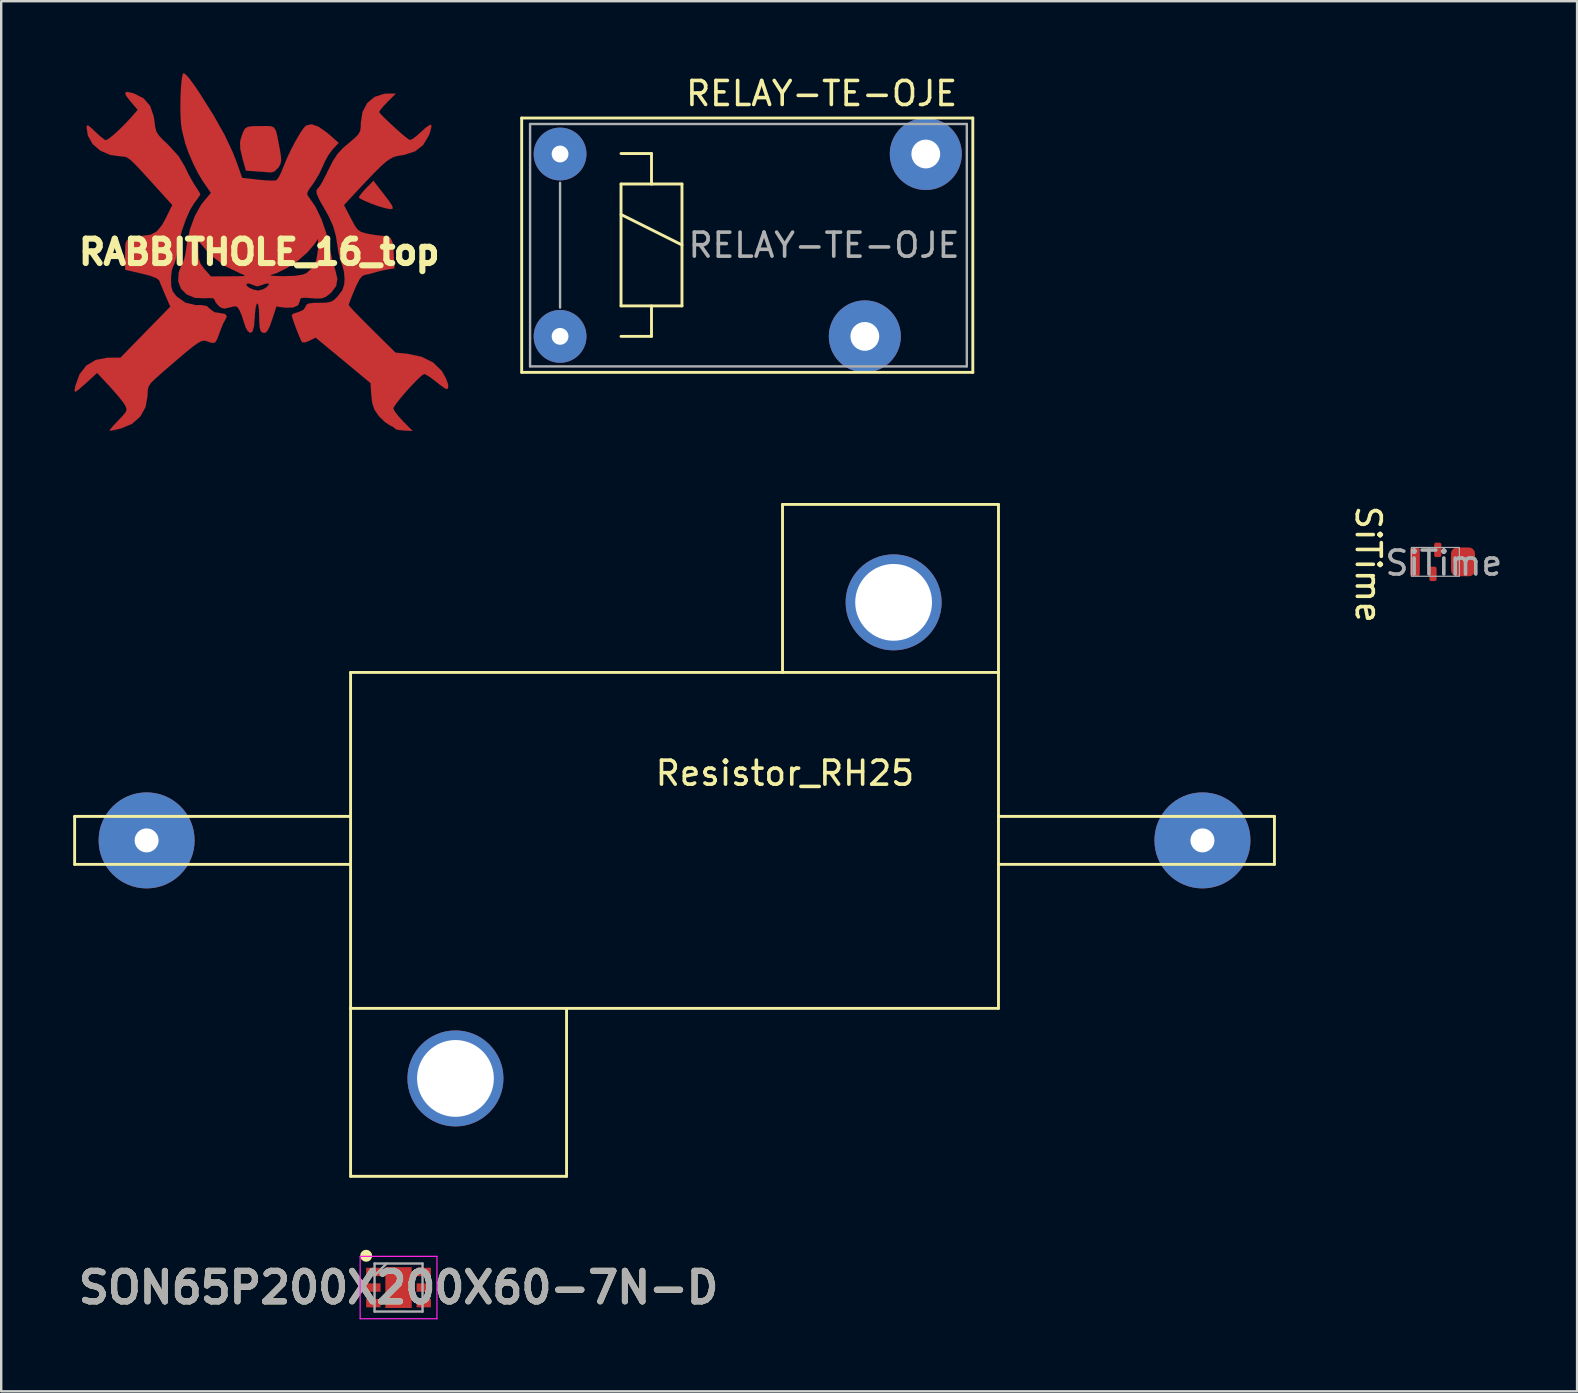
<source format=kicad_pcb>
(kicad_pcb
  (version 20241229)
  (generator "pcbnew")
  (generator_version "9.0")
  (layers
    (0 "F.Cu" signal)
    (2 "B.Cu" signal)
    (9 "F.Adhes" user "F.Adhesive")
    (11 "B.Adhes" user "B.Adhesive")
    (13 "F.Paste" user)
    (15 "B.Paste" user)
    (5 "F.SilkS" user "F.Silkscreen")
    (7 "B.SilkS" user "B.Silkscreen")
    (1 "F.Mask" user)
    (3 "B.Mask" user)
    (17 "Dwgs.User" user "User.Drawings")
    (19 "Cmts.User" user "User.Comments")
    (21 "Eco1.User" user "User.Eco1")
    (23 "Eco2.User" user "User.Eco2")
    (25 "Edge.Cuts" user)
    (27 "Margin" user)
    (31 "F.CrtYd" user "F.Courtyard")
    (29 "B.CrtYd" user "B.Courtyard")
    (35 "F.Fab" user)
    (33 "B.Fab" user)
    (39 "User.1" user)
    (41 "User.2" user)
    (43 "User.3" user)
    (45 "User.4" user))
  (footprint "SON65P200X200X60-7N-D"
    (layer "F.Cu")
    (at 13.559 50.607)
    (property "Reference" "SON65P200X200X60-7N-D" (at 0 0 0) (layer "F.SilkS") (effects (font (size 1.27 1.27) (thickness 0.254))))
    (attr smd)
    (fp_circle (center -1.35 -1.325) (end -1.35 -1.2) (stroke (width 0.25) (type solid)) (fill no) (layer "F.SilkS"))
    (fp_line (start -1.6 -1.3) (end 1.6 -1.3) (stroke (width 0.05) (type solid)) (layer "F.CrtYd"))
    (fp_line (start -1.6 1.3) (end -1.6 -1.3) (stroke (width 0.05) (type solid)) (layer "F.CrtYd"))
    (fp_line (start 1.6 -1.3) (end 1.6 1.3) (stroke (width 0.05) (type solid)) (layer "F.CrtYd"))
    (fp_line (start 1.6 1.3) (end -1.6 1.3) (stroke (width 0.05) (type solid)) (layer "F.CrtYd"))
    (fp_line (start -1 -1) (end 1 -1) (stroke (width 0.1) (type solid)) (layer "F.Fab"))
    (fp_line (start -1 -0.5) (end -0.5 -1) (stroke (width 0.1) (type solid)) (layer "F.Fab"))
    (fp_line (start -1 1) (end -1 -1) (stroke (width 0.1) (type solid)) (layer "F.Fab"))
    (fp_line (start 1 -1) (end 1 1) (stroke (width 0.1) (type solid)) (layer "F.Fab"))
    (fp_line (start 1 1) (end -1 1) (stroke (width 0.1) (type solid)) (layer "F.Fab"))
    (fp_text user "${REFERENCE}" (at 0 0 0) (layer "F.Fab") (effects (font (size 1.27 1.27) (thickness 0.254))))
    (pad "1" smd rect (at -1.05 -0.65 90) (size 0.35 0.6) (layers "F.Cu" "F.Mask" "F.Paste"))
    (pad "2" smd rect (at -1.05 0 90) (size 0.35 0.6) (layers "F.Cu" "F.Mask" "F.Paste"))
    (pad "3" smd rect (at -1.05 0.65 90) (size 0.35 0.6) (layers "F.Cu" "F.Mask" "F.Paste"))
    (pad "4" smd rect (at 1.05 0.65 90) (size 0.35 0.6) (layers "F.Cu" "F.Mask" "F.Paste"))
    (pad "5" smd rect (at 1.05 0 90) (size 0.35 0.6) (layers "F.Cu" "F.Mask" "F.Paste"))
    (pad "6" smd rect (at 1.05 -0.65 90) (size 0.35 0.6) (layers "F.Cu" "F.Mask" "F.Paste"))
    (pad "7" smd rect (at 0 0) (size 1.1 1.7) (layers "F.Cu" "F.Mask" "F.Paste")))
  (footprint "SiTime"
    (layer "F.Cu")
    (at 56.768 20.366)
    (property "Reference" "SiTime" (at -2.8 0.1 270) (unlocked yes) (layer "F.SilkS") (effects (font (size 1 1) (thickness 0.15))))
    (attr smd)
    (fp_rect (start -1 -0.6) (end 1 0.6) (stroke (width 0.05) (type solid)) (fill no) (layer "F.Fab"))
    (fp_text user "${REFERENCE}" (at 0.35 0.05 0) (unlocked yes) (layer "F.Fab") (effects (font (size 1 1) (thickness 0.15))))
    (pad "1" smd roundrect (at -0.85 0) (size 0.4 1.2) (layers "F.Cu" "F.Mask" "F.Paste") (roundrect_rratio 0.25))
    (pad "2" smd roundrect (at 0.1 -0.5) (size 0.3 0.6) (layers "F.Cu" "F.Mask" "F.Paste") (roundrect_rratio 0.25))
    (pad "3" smd roundrect (at 1.15 0) (size 1 1.2) (layers "F.Cu" "F.Mask" "F.Paste") (roundrect_rratio 0.25))
    (pad "4" smd roundrect (at -0.1 0.5) (size 0.3 0.6) (layers "F.Cu" "F.Mask" "F.Paste") (roundrect_rratio 0.25)))
  (footprint "RABBITHOLE_16_top"
    (layer "F.Cu")
    (at 7.754 7.454)
    (property "Reference" "RABBITHOLE_16_top" (at 0 0 0) (layer "F.SilkS") (effects (font (size 1.016 1.016) (thickness 0.305))))
    (attr through_hole)
    (fp_poly (pts (xy 5.568 -1.816) (xy 5.486 -1.788) (xy 5.304 -1.816) (xy 5.207 -1.841) (xy 4.956 -1.915) (xy 4.679 -2.014) (xy 4.422 -2.121) (xy 4.229 -2.215) (xy 4.148 -2.278) (xy 4.204 -2.372) (xy 4.341 -2.54) (xy 4.453 -2.659) (xy 4.757 -2.972) (xy 5.171 -2.438) (xy 5.41 -2.126) (xy 5.542 -1.923) (xy 5.568 -1.816)) (stroke (width 0.003) (type solid)) (fill yes) (layer "F.Cu"))
    (fp_poly (pts (xy 0.914 -3.802) (xy 0.879 -3.658) (xy 0.808 -3.531) (xy 0.627 -3.353) (xy 0.478 -3.317) (xy 0.287 -3.332) (xy 0.01 -3.355) (xy -0.13 -3.363) (xy -0.556 -3.393) (xy -0.704 -3.919) (xy -0.79 -4.295) (xy -0.8 -4.569) (xy -0.775 -4.699) (xy -0.683 -4.976) (xy -0.599 -5.141) (xy -0.475 -5.22) (xy -0.267 -5.248) (xy 0.041 -5.25) (xy 0.315 -5.253) (xy 0.498 -5.24) (xy 0.615 -5.189) (xy 0.691 -5.067) (xy 0.749 -4.849) (xy 0.813 -4.506) (xy 0.851 -4.313) (xy 0.902 -4.003) (xy 0.914 -3.802)) (stroke (width 0.003) (type solid)) (fill yes) (layer "F.Cu"))
    (fp_poly (pts (xy -1.349 2.682) (xy -1.427 2.84) (xy -1.496 2.962) (xy -1.59 3.185) (xy -1.656 3.365) (xy -1.755 3.632) (xy -1.836 3.764) (xy -1.943 3.792) (xy -2.111 3.744) (xy -2.164 3.724) (xy -2.25 3.696) (xy -2.342 3.696) (xy -2.449 3.729) (xy -2.591 3.813) (xy -2.786 3.955) (xy -3.053 4.171) (xy -3.404 4.468) (xy -3.861 4.862) (xy -4.064 5.039) (xy -4.341 5.283) (xy -4.514 5.456) (xy -4.608 5.598) (xy -4.646 5.745) (xy -4.656 5.939) (xy -4.656 5.994) (xy -4.737 6.459) (xy -4.961 6.858) (xy -5.309 7.163) (xy -5.766 7.351) (xy -5.773 7.353) (xy -6.02 7.412) (xy -6.195 7.445) (xy -6.236 7.45) (xy -6.215 7.396) (xy -6.096 7.252) (xy -5.908 7.051) (xy -5.888 7.028) (xy -5.672 6.805) (xy -5.558 6.66) (xy -5.53 6.551) (xy -5.565 6.439) (xy -5.593 6.38) (xy -5.707 6.215) (xy -5.903 5.974) (xy -6.144 5.697) (xy -6.238 5.596) (xy -6.759 5.037) (xy -7.084 5.339) (xy -7.305 5.537) (xy -7.498 5.705) (xy -7.569 5.761) (xy -7.671 5.827) (xy -7.699 5.789) (xy -7.671 5.618) (xy -7.666 5.585) (xy -7.49 5.095) (xy -7.206 4.729) (xy -6.82 4.498) (xy -6.34 4.404) (xy -6.259 4.402) (xy -5.786 4.402) (xy -4.747 3.338) (xy -3.708 2.276) (xy -3.917 1.793) (xy -4.036 1.516) (xy -4.13 1.29) (xy -4.171 1.181) (xy -4.282 1.09) (xy -4.544 0.988) (xy -4.902 0.897) (xy -5.588 0.739) (xy -5.588 0.124) (xy -5.585 -0.193) (xy -5.568 -0.384) (xy -5.517 -0.488) (xy -5.42 -0.549) (xy -5.321 -0.584) (xy -5.075 -0.65) (xy -4.869 -0.678) (xy -4.539 -0.719) (xy -4.28 -0.853) (xy -4.059 -1.115) (xy -3.896 -1.407) (xy -3.625 -1.958) (xy -4.239 -2.639) (xy -4.641 -3.081) (xy -4.945 -3.414) (xy -5.171 -3.653) (xy -5.337 -3.813) (xy -5.458 -3.909) (xy -5.555 -3.96) (xy -5.639 -3.978) (xy -5.72 -3.98) (xy -6.208 -4.046) (xy -6.622 -4.224) (xy -6.942 -4.498) (xy -7.14 -4.849) (xy -7.196 -5.189) (xy -7.183 -5.276) (xy -7.122 -5.271) (xy -6.993 -5.166) (xy -6.835 -5.014) (xy -6.627 -4.823) (xy -6.464 -4.696) (xy -6.391 -4.658) (xy -6.279 -4.719) (xy -6.083 -4.874) (xy -5.842 -5.093) (xy -5.58 -5.352) (xy -5.342 -5.608) (xy -5.065 -5.926) (xy -5.372 -6.284) (xy -5.55 -6.515) (xy -5.591 -6.642) (xy -5.497 -6.675) (xy -5.26 -6.622) (xy -5.215 -6.607) (xy -4.818 -6.403) (xy -4.549 -6.091) (xy -4.399 -5.659) (xy -4.371 -5.479) (xy -4.338 -5.212) (xy -4.288 -5.022) (xy -4.186 -4.859) (xy -4.008 -4.671) (xy -3.813 -4.488) (xy -3.36 -3.995) (xy -3.099 -3.556) (xy -2.944 -3.233) (xy -2.769 -2.918) (xy -2.675 -2.769) (xy -2.543 -2.568) (xy -2.466 -2.433) (xy -2.456 -2.405) (xy -2.504 -2.319) (xy -2.626 -2.149) (xy -2.705 -2.05) (xy -2.885 -1.755) (xy -3.066 -1.341) (xy -3.231 -0.864) (xy -3.358 -0.368) (xy -3.424 -0.003) (xy -3.472 0.277) (xy -3.538 0.498) (xy -3.579 0.577) (xy -3.635 0.724) (xy -3.67 0.973) (xy -3.678 1.146) (xy -3.668 1.438) (xy -3.607 1.636) (xy -3.472 1.816) (xy -3.439 1.852) (xy -3.084 2.106) (xy -2.654 2.212) (xy -2.426 2.207) (xy -2.182 2.25) (xy -2.062 2.362) (xy -1.869 2.507) (xy -1.646 2.54) (xy -1.427 2.578) (xy -1.349 2.682)) (stroke (width 0.003) (type solid)) (fill yes) (layer "F.Cu"))
    (fp_poly (pts (xy 7.874 5.568) (xy 7.864 5.677) (xy 7.818 5.715) (xy 7.711 5.664) (xy 7.518 5.522) (xy 7.315 5.362) (xy 7.102 5.202) (xy 6.934 5.1) (xy 6.876 5.08) (xy 6.777 5.141) (xy 6.601 5.301) (xy 6.38 5.53) (xy 6.139 5.791) (xy 5.913 6.055) (xy 5.728 6.287) (xy 5.611 6.457) (xy 5.588 6.515) (xy 5.644 6.637) (xy 5.791 6.83) (xy 5.989 7.048) (xy 6.393 7.457) (xy 6.032 7.437) (xy 5.812 7.414) (xy 5.685 7.384) (xy 5.672 7.369) (xy 5.603 7.305) (xy 5.441 7.219) (xy 5.243 7.087) (xy 5.027 6.881) (xy 4.956 6.8) (xy 4.796 6.558) (xy 4.709 6.299) (xy 4.671 5.972) (xy 4.636 5.461) (xy 3.493 4.511) (xy 2.347 3.564) (xy 2.095 3.693) (xy 1.908 3.764) (xy 1.788 3.759) (xy 1.783 3.754) (xy 1.722 3.64) (xy 1.631 3.424) (xy 1.527 3.157) (xy 1.433 2.898) (xy 1.369 2.7) (xy 1.354 2.626) (xy 1.427 2.565) (xy 1.605 2.51) (xy 1.615 2.51) (xy 1.839 2.41) (xy 1.923 2.286) (xy 1.968 2.192) (xy 2.073 2.141) (xy 2.276 2.118) (xy 2.499 2.116) (xy 2.797 2.108) (xy 2.987 2.073) (xy 3.132 1.986) (xy 3.287 1.824) (xy 3.292 1.816) (xy 3.47 1.577) (xy 3.543 1.336) (xy 3.556 1.118) (xy 3.531 0.826) (xy 3.467 0.566) (xy 3.439 0.498) (xy 3.365 0.292) (xy 3.297 -0.008) (xy 3.264 -0.221) (xy 3.193 -0.681) (xy 3.081 -1.074) (xy 2.906 -1.468) (xy 2.69 -1.852) (xy 2.499 -2.189) (xy 2.398 -2.421) (xy 2.383 -2.568) (xy 2.443 -2.659) (xy 2.464 -2.672) (xy 2.54 -2.771) (xy 2.662 -2.987) (xy 2.812 -3.279) (xy 2.878 -3.419) (xy 3.073 -3.802) (xy 3.259 -4.087) (xy 3.485 -4.331) (xy 3.716 -4.529) (xy 3.975 -4.747) (xy 4.128 -4.902) (xy 4.204 -5.042) (xy 4.229 -5.207) (xy 4.232 -5.377) (xy 4.303 -5.839) (xy 4.498 -6.208) (xy 4.806 -6.467) (xy 5.207 -6.594) (xy 5.382 -6.604) (xy 5.692 -6.604) (xy 5.344 -6.256) (xy 5.156 -6.058) (xy 5.029 -5.9) (xy 4.996 -5.837) (xy 5.055 -5.756) (xy 5.21 -5.596) (xy 5.428 -5.387) (xy 5.674 -5.161) (xy 5.916 -4.945) (xy 6.121 -4.775) (xy 6.256 -4.679) (xy 6.276 -4.669) (xy 6.38 -4.707) (xy 6.556 -4.839) (xy 6.736 -5.001) (xy 6.939 -5.184) (xy 7.097 -5.293) (xy 7.168 -5.306) (xy 7.17 -5.202) (xy 7.117 -4.996) (xy 7.061 -4.849) (xy 6.828 -4.46) (xy 6.497 -4.199) (xy 6.048 -4.051) (xy 5.9 -4.028) (xy 5.74 -4) (xy 5.591 -3.955) (xy 5.436 -3.873) (xy 5.258 -3.744) (xy 5.042 -3.551) (xy 4.768 -3.277) (xy 4.42 -2.913) (xy 3.978 -2.441) (xy 3.861 -2.314) (xy 3.531 -1.958) (xy 3.818 -1.405) (xy 3.973 -1.118) (xy 4.094 -0.945) (xy 4.227 -0.848) (xy 4.404 -0.79) (xy 4.511 -0.765) (xy 4.806 -0.711) (xy 5.07 -0.681) (xy 5.146 -0.676) (xy 5.349 -0.658) (xy 5.476 -0.579) (xy 5.55 -0.411) (xy 5.588 -0.124) (xy 5.601 0.064) (xy 5.636 0.676) (xy 5.337 0.726) (xy 5.065 0.782) (xy 4.829 0.848) (xy 4.826 0.848) (xy 4.58 0.917) (xy 4.417 0.947) (xy 4.298 0.998) (xy 4.183 1.13) (xy 4.054 1.379) (xy 3.973 1.565) (xy 3.853 1.854) (xy 3.767 2.08) (xy 3.726 2.2) (xy 3.726 2.207) (xy 3.782 2.281) (xy 3.94 2.454) (xy 4.178 2.7) (xy 4.478 3.002) (xy 4.702 3.226) (xy 5.679 4.191) (xy 6.17 4.239) (xy 6.764 4.364) (xy 7.242 4.6) (xy 7.597 4.945) (xy 7.64 5.009) (xy 7.777 5.26) (xy 7.861 5.486) (xy 7.874 5.568)) (stroke (width 0.003) (type solid)) (fill yes) (layer "F.Cu"))
    (fp_poly (pts (xy 3.312 -4.549) (xy 3.063 -4.285) (xy 2.883 -4.044) (xy 2.715 -3.734) (xy 2.659 -3.602) (xy 2.507 -3.274) (xy 2.306 -2.936) (xy 2.22 -2.812) (xy 2.06 -2.591) (xy 1.996 -2.454) (xy 2.017 -2.355) (xy 2.057 -2.299) (xy 2.337 -1.9) (xy 2.586 -1.387) (xy 2.786 -0.81) (xy 2.888 -0.386) (xy 2.969 0.008) (xy 3.058 0.384) (xy 3.145 0.676) (xy 3.167 0.744) (xy 3.256 1.115) (xy 3.205 1.415) (xy 3.005 1.681) (xy 2.936 1.745) (xy 2.764 1.872) (xy 2.598 1.93) (xy 2.451 1.933) (xy 2.451 -0.114) (xy 2.451 -0.188) (xy 2.446 -0.551) (xy 2.306 -0.338) (xy 2.009 0.013) (xy 1.615 0.356) (xy 1.171 0.655) (xy 0.729 0.876) (xy 0.465 0.96) (xy 0.465 0.978) (xy 0.605 0.993) (xy 0.859 1.003) (xy 0.998 1.006) (xy 1.468 0.993) (xy 1.801 0.942) (xy 1.958 0.884) (xy 2.212 0.66) (xy 2.383 0.318) (xy 2.451 -0.114) (xy 2.451 1.933) (xy 2.375 1.938) (xy 2.182 1.923) (xy 1.908 1.902) (xy 1.758 1.915) (xy 1.702 1.968) (xy 1.694 2.037) (xy 1.621 2.215) (xy 1.412 2.311) (xy 1.095 2.319) (xy 1.049 2.314) (xy 0.714 2.268) (xy 0.569 2.72) (xy 0.447 3.068) (xy 0.406 3.152) (xy 0.406 1.359) (xy 0.378 1.306) (xy 0.234 1.326) (xy 0.132 1.367) (xy -0.074 1.43) (xy -0.241 1.382) (xy -0.264 1.369) (xy -0.432 1.308) (xy -0.523 1.321) (xy -0.533 1.392) (xy -0.429 1.481) (xy -0.259 1.56) (xy -0.074 1.6) (xy -0.043 1.603) (xy 0.16 1.552) (xy 0.29 1.478) (xy 0.406 1.359) (xy 0.406 3.152) (xy 0.348 3.274) (xy 0.254 3.365) (xy 0.15 3.363) (xy 0.135 3.358) (xy 0.061 3.292) (xy 0.018 3.142) (xy 0 2.87) (xy 0 2.713) (xy -0.015 2.357) (xy -0.051 2.167) (xy -0.097 2.141) (xy -0.145 2.278) (xy -0.18 2.581) (xy -0.188 2.723) (xy -0.221 3.101) (xy -0.284 3.317) (xy -0.378 3.371) (xy -0.488 3.282) (xy -0.574 3.124) (xy -0.599 3.045) (xy -0.599 0.983) (xy -0.635 0.953) (xy -0.767 0.902) (xy -0.775 0.897) (xy -1.407 0.594) (xy -1.963 0.178) (xy -2.195 -0.064) (xy -2.54 -0.465) (xy -2.54 -0.025) (xy -2.522 0.274) (xy -2.449 0.488) (xy -2.289 0.704) (xy -2.278 0.716) (xy -2.014 1.016) (xy -1.24 1.011) (xy -0.881 1.008) (xy -0.676 1.001) (xy -0.599 0.983) (xy -0.599 3.045) (xy -0.64 2.921) (xy -0.726 2.649) (xy -0.815 2.441) (xy -0.904 2.296) (xy -1.011 2.256) (xy -1.204 2.301) (xy -1.224 2.306) (xy -1.448 2.355) (xy -1.595 2.319) (xy -1.692 2.243) (xy -1.821 2.093) (xy -1.862 1.986) (xy -1.925 1.923) (xy -2.126 1.915) (xy -2.243 1.925) (xy -2.675 1.91) (xy -3.02 1.77) (xy -3.259 1.532) (xy -3.378 1.217) (xy -3.358 0.848) (xy -3.254 0.579) (xy -3.178 0.427) (xy -3.127 0.29) (xy -3.086 0.119) (xy -3.045 -0.135) (xy -3.01 -0.381) (xy -2.883 -0.963) (xy -2.68 -1.511) (xy -2.421 -1.974) (xy -2.309 -2.118) (xy -2.014 -2.464) (xy -2.347 -2.946) (xy -2.553 -3.289) (xy -2.766 -3.716) (xy -2.954 -4.158) (xy -3.089 -4.542) (xy -3.106 -4.615) (xy -3.137 -4.742) (xy -3.193 -4.968) (xy -3.223 -5.08) (xy -3.256 -5.314) (xy -3.279 -5.644) (xy -3.287 -6.035) (xy -3.282 -6.441) (xy -3.264 -6.828) (xy -3.236 -7.15) (xy -3.2 -7.374) (xy -3.167 -7.452) (xy -3.084 -7.419) (xy -2.926 -7.247) (xy -2.695 -6.934) (xy -2.487 -6.624) (xy -1.908 -5.705) (xy -1.445 -4.884) (xy -1.1 -4.15) (xy -0.935 -3.726) (xy -0.711 -3.091) (xy -0.061 -3.018) (xy 0.264 -2.987) (xy 0.531 -2.977) (xy 0.691 -2.985) (xy 0.704 -2.987) (xy 0.79 -3.086) (xy 0.902 -3.297) (xy 1.001 -3.536) (xy 1.146 -3.889) (xy 1.323 -4.267) (xy 1.516 -4.633) (xy 1.702 -4.95) (xy 1.859 -5.179) (xy 1.956 -5.276) (xy 2.182 -5.324) (xy 2.471 -5.225) (xy 2.827 -4.973) (xy 2.911 -4.902) (xy 3.312 -4.549)) (stroke (width 0.003) (type solid)) (fill yes) (layer "F.Cu")))
  (footprint "RELAY-TE-OJE"
    (layer "F.Cu")
    (at 20.29 10.968)
    (property "Reference" "RELAY-TE-OJE" (at 10.9 -10.12 0) (layer "F.SilkS") (effects (font (size 1 1) (thickness 0.15))))
    (attr through_hole)
    (fp_line (start -1.6 -9.1) (end 17.2 -9.1) (stroke (width 0.12) (type solid)) (layer "F.SilkS"))
    (fp_line (start -1.6 1.5) (end -1.6 -9.1) (stroke (width 0.12) (type solid)) (layer "F.SilkS"))
    (fp_line (start 2.54 -7.62) (end 3.81 -7.62) (stroke (width 0.12) (type solid)) (layer "F.SilkS"))
    (fp_line (start 2.54 -6.35) (end 3.81 -6.35) (stroke (width 0.12) (type solid)) (layer "F.SilkS"))
    (fp_line (start 2.54 -5.08) (end 5.08 -3.81) (stroke (width 0.12) (type solid)) (layer "F.SilkS"))
    (fp_line (start 2.54 -1.27) (end 2.54 -6.35) (stroke (width 0.12) (type solid)) (layer "F.SilkS"))
    (fp_line (start 3.81 -7.62) (end 3.81 -6.35) (stroke (width 0.12) (type solid)) (layer "F.SilkS"))
    (fp_line (start 3.81 -6.35) (end 5.08 -6.35) (stroke (width 0.12) (type solid)) (layer "F.SilkS"))
    (fp_line (start 3.81 -1.27) (end 3.81 0) (stroke (width 0.12) (type solid)) (layer "F.SilkS"))
    (fp_line (start 3.81 0) (end 2.54 0) (stroke (width 0.12) (type solid)) (layer "F.SilkS"))
    (fp_line (start 5.08 -6.35) (end 5.08 -1.27) (stroke (width 0.12) (type solid)) (layer "F.SilkS"))
    (fp_line (start 5.08 -1.27) (end 2.54 -1.27) (stroke (width 0.12) (type solid)) (layer "F.SilkS"))
    (fp_line (start 17.2 -9.1) (end 17.2 1.5) (stroke (width 0.12) (type solid)) (layer "F.SilkS"))
    (fp_line (start 17.2 1.5) (end -1.6 1.5) (stroke (width 0.12) (type solid)) (layer "F.SilkS"))
    (fp_line (start -1.25 -8.85) (end 16.95 -8.85) (stroke (width 0.1) (type solid)) (layer "F.Fab"))
    (fp_line (start -1.25 1.25) (end -1.25 -8.85) (stroke (width 0.1) (type solid)) (layer "F.Fab"))
    (fp_line (start 0 -6.4) (end 0 -1.2) (stroke (width 0.1) (type solid)) (layer "F.Fab"))
    (fp_line (start 16.95 -8.85) (end 16.95 1.25) (stroke (width 0.1) (type solid)) (layer "F.Fab"))
    (fp_line (start 16.95 1.25) (end -1.25 1.25) (stroke (width 0.1) (type solid)) (layer "F.Fab"))
    (fp_text user "${REFERENCE}" (at 11 -3.8 0) (layer "F.Fab") (effects (font (size 1 1) (thickness 0.15))))
    (pad "1" thru_hole circle (at 0 0) (size 2.2 2.2) (drill 0.7) (layers "*.Cu" "*.Mask"))
    (pad "2" thru_hole circle (at 12.7 0) (size 3 3) (drill 1.2) (layers "*.Cu" "*.Mask"))
    (pad "3" thru_hole circle (at 15.24 -7.6) (size 3 3) (drill 1.2) (layers "*.Cu" "*.Mask"))
    (pad "5" thru_hole circle (at 0 -7.6) (size 2.2 2.2) (drill 0.7) (layers "*.Cu" "*.Mask")))
  (footprint "Resistor_RH25"
    (layer "F.Cu")
    (at 25.06 31.972)
    (property "Reference" "Resistor_RH25" (at 4.6 -2.8 0) (layer "F.SilkS") (effects (font (size 1 1) (thickness 0.15))))
    (attr through_hole)
    (fp_line (start -25 -1) (end -25 1) (stroke (width 0.12) (type solid)) (layer "F.SilkS"))
    (fp_line (start -25 1) (end -13.5 1) (stroke (width 0.12) (type solid)) (layer "F.SilkS"))
    (fp_line (start -13.5 -7) (end 13.5 -7) (stroke (width 0.12) (type solid)) (layer "F.SilkS"))
    (fp_line (start -13.5 -1) (end -25 -1) (stroke (width 0.12) (type solid)) (layer "F.SilkS"))
    (fp_line (start -13.5 7) (end -13.5 -7) (stroke (width 0.12) (type solid)) (layer "F.SilkS"))
    (fp_line (start -13.5 7) (end -13.5 14) (stroke (width 0.12) (type solid)) (layer "F.SilkS"))
    (fp_line (start -13.5 14) (end -4.5 14) (stroke (width 0.12) (type solid)) (layer "F.SilkS"))
    (fp_line (start -4.5 14) (end -4.5 7) (stroke (width 0.12) (type solid)) (layer "F.SilkS"))
    (fp_line (start 4.5 -14) (end 4.5 -7) (stroke (width 0.12) (type solid)) (layer "F.SilkS"))
    (fp_line (start 13.5 -14) (end 4.5 -14) (stroke (width 0.12) (type solid)) (layer "F.SilkS"))
    (fp_line (start 13.5 -7) (end 13.5 -14) (stroke (width 0.12) (type solid)) (layer "F.SilkS"))
    (fp_line (start 13.5 -7) (end 13.5 7) (stroke (width 0.12) (type solid)) (layer "F.SilkS"))
    (fp_line (start 13.5 -1) (end 25 -1) (stroke (width 0.12) (type solid)) (layer "F.SilkS"))
    (fp_line (start 13.5 7) (end -13.5 7) (stroke (width 0.12) (type solid)) (layer "F.SilkS"))
    (fp_line (start 25 -1) (end 25 1) (stroke (width 0.12) (type solid)) (layer "F.SilkS"))
    (fp_line (start 25 1) (end 13.5 1) (stroke (width 0.12) (type solid)) (layer "F.SilkS"))
    (pad "" thru_hole circle (at -9.13 9.92) (size 4 4) (drill 3.2) (layers "*.Cu" "*.Mask"))
    (pad "" thru_hole circle (at 9.13 -9.92) (size 4 4) (drill 3.2) (layers "*.Cu" "*.Mask"))
    (pad "1" thru_hole circle (at -22 0) (size 4 4) (drill 1) (layers "*.Cu" "*.Mask"))
    (pad "2" thru_hole circle (at 22 0) (size 4 4) (drill 1) (layers "*.Cu" "*.Mask")))
  (gr_rect
    (start -3 -3)
    (end 62.672 54.932)
    (stroke (width 0.1) (type default))
    (fill no)
    (layer "Edge.Cuts")))
</source>
